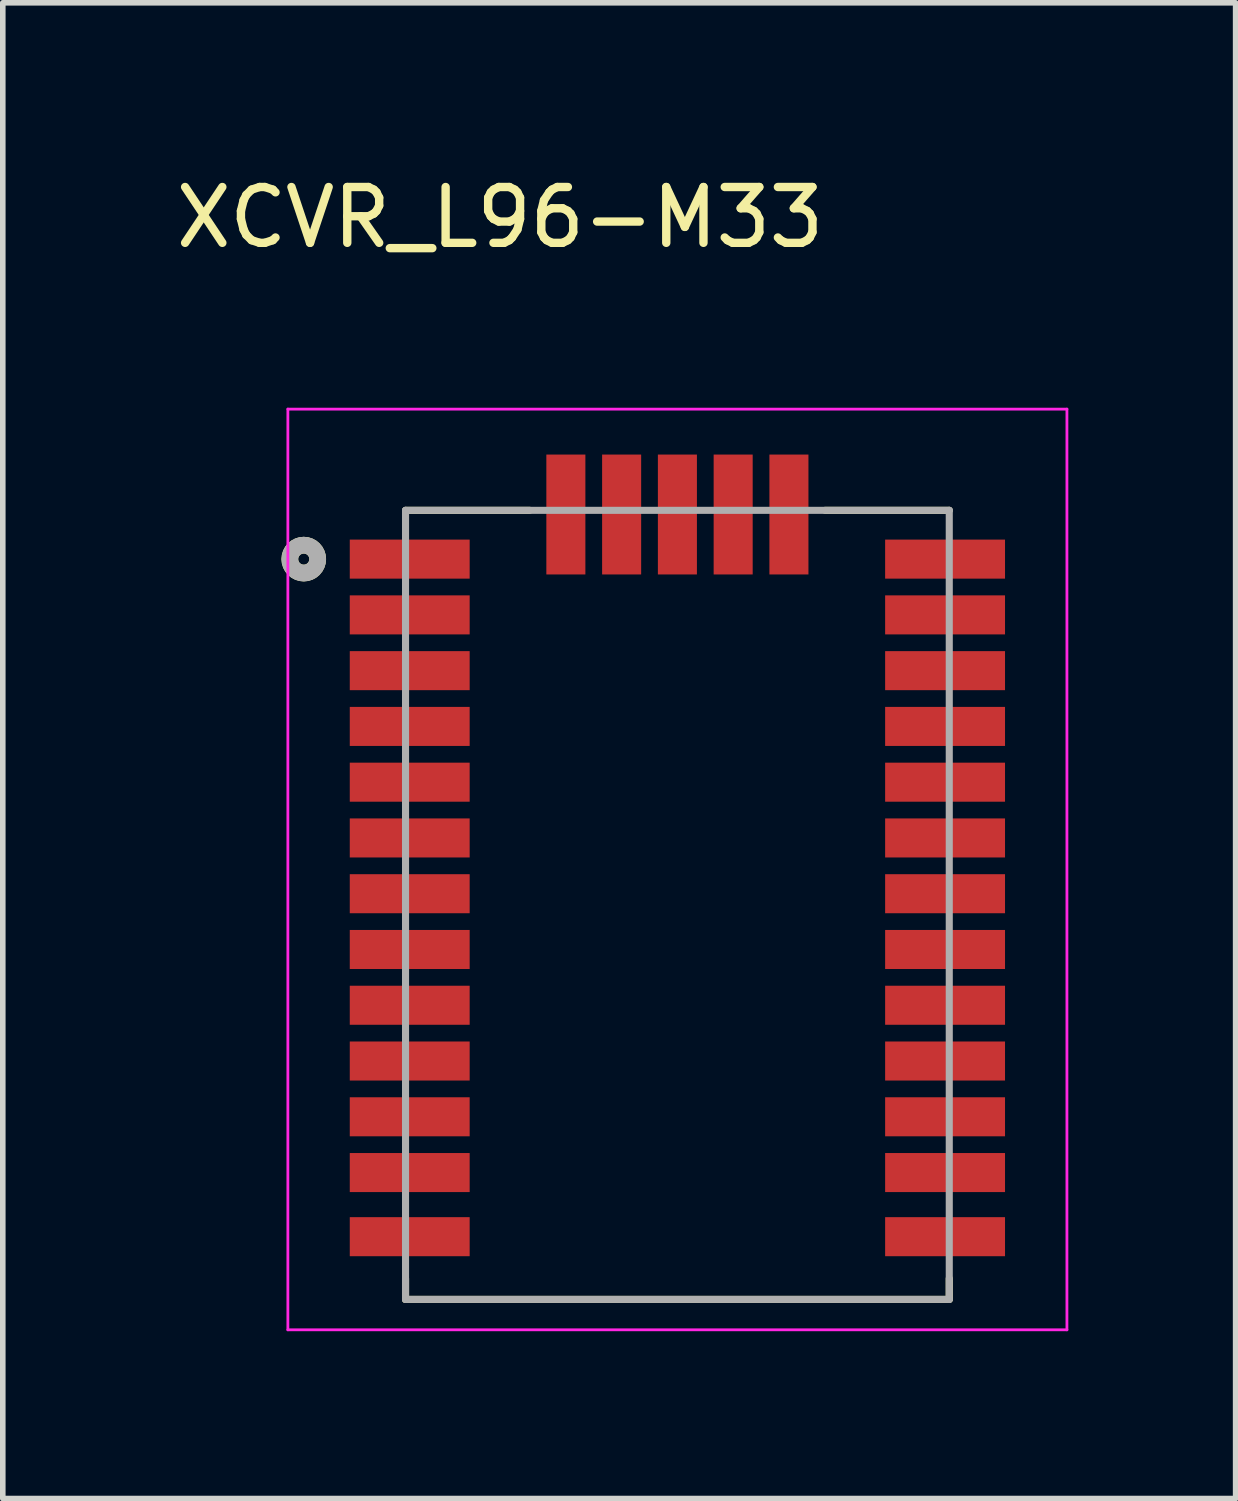
<source format=kicad_pcb>
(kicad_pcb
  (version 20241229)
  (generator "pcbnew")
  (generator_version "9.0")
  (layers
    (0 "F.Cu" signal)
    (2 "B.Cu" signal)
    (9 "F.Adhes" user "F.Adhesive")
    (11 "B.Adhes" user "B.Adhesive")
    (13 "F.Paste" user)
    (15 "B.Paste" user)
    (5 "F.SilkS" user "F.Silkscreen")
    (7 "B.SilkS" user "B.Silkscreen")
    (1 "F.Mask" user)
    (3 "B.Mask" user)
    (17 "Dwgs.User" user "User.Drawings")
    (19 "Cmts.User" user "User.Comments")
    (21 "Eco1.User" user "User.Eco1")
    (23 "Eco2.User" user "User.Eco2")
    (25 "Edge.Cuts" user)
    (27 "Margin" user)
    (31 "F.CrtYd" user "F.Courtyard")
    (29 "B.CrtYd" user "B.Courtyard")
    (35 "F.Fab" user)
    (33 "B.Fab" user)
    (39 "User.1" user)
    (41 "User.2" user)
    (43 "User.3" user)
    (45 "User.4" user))
  (footprint "XCVR_L96-M33"
    (layer "F.Cu")
    (at 9.097 13.176)
    (property "Reference" "XCVR_L96-M33" (at -3.179 -12.327 0) (layer "F.SilkS") (effects (font (size 1.001 1.001) (thickness 0.15))))
    (attr smd)
    (fp_line (start -4.875 -7.075) (end -2.65 -7.075) (stroke (width 0.127) (type solid)) (layer "F.SilkS"))
    (fp_line (start -4.875 6.7) (end -4.875 7.075) (stroke (width 0.127) (type solid)) (layer "F.SilkS"))
    (fp_line (start -4.875 7.075) (end 4.875 7.075) (stroke (width 0.127) (type solid)) (layer "F.SilkS"))
    (fp_line (start 2.65 -7.075) (end 4.875 -7.075) (stroke (width 0.127) (type solid)) (layer "F.SilkS"))
    (fp_line (start 4.875 7.075) (end 4.875 6.7) (stroke (width 0.127) (type solid)) (layer "F.SilkS"))
    (fp_circle (center -6.7 -6.2) (end -6.6 -6.2) (stroke (width 0.3) (type solid)) (fill no) (layer "F.SilkS"))
    (fp_poly (pts (xy -6.275 -6.55) (xy -3.825 -6.55) (xy -3.825 -5.85) (xy -6.275 -5.85)) (stroke (width 0.01) (type solid)) (fill yes) (layer "F.Paste"))
    (fp_poly (pts (xy -6.275 -5.55) (xy -3.825 -5.55) (xy -3.825 -4.85) (xy -6.275 -4.85)) (stroke (width 0.01) (type solid)) (fill yes) (layer "F.Paste"))
    (fp_poly (pts (xy -6.275 -4.55) (xy -3.825 -4.55) (xy -3.825 -3.85) (xy -6.275 -3.85)) (stroke (width 0.01) (type solid)) (fill yes) (layer "F.Paste"))
    (fp_poly (pts (xy -6.275 -3.55) (xy -3.825 -3.55) (xy -3.825 -2.85) (xy -6.275 -2.85)) (stroke (width 0.01) (type solid)) (fill yes) (layer "F.Paste"))
    (fp_poly (pts (xy -6.275 -2.55) (xy -3.825 -2.55) (xy -3.825 -1.85) (xy -6.275 -1.85)) (stroke (width 0.01) (type solid)) (fill yes) (layer "F.Paste"))
    (fp_poly (pts (xy -6.275 -1.55) (xy -3.825 -1.55) (xy -3.825 -0.85) (xy -6.275 -0.85)) (stroke (width 0.01) (type solid)) (fill yes) (layer "F.Paste"))
    (fp_poly (pts (xy -6.275 -0.55) (xy -3.825 -0.55) (xy -3.825 0.15) (xy -6.275 0.15)) (stroke (width 0.01) (type solid)) (fill yes) (layer "F.Paste"))
    (fp_poly (pts (xy -6.275 0.45) (xy -3.825 0.45) (xy -3.825 1.15) (xy -6.275 1.15)) (stroke (width 0.01) (type solid)) (fill yes) (layer "F.Paste"))
    (fp_poly (pts (xy -6.275 1.45) (xy -3.825 1.45) (xy -3.825 2.15) (xy -6.275 2.15)) (stroke (width 0.01) (type solid)) (fill yes) (layer "F.Paste"))
    (fp_poly (pts (xy -6.275 2.45) (xy -3.825 2.45) (xy -3.825 3.15) (xy -6.275 3.15)) (stroke (width 0.01) (type solid)) (fill yes) (layer "F.Paste"))
    (fp_poly (pts (xy -6.275 3.45) (xy -3.825 3.45) (xy -3.825 4.15) (xy -6.275 4.15)) (stroke (width 0.01) (type solid)) (fill yes) (layer "F.Paste"))
    (fp_poly (pts (xy -6.275 4.45) (xy -3.825 4.45) (xy -3.825 5.15) (xy -6.275 5.15)) (stroke (width 0.01) (type solid)) (fill yes) (layer "F.Paste"))
    (fp_poly (pts (xy -6.275 5.6) (xy -3.825 5.6) (xy -3.825 6.3) (xy -6.275 6.3)) (stroke (width 0.01) (type solid)) (fill yes) (layer "F.Paste"))
    (fp_poly (pts (xy -2.35 -8.475) (xy -1.65 -8.475) (xy -1.65 -6.025) (xy -2.35 -6.025)) (stroke (width 0.01) (type solid)) (fill yes) (layer "F.Paste"))
    (fp_poly (pts (xy -1.35 -8.475) (xy -0.65 -8.475) (xy -0.65 -6.025) (xy -1.35 -6.025)) (stroke (width 0.01) (type solid)) (fill yes) (layer "F.Paste"))
    (fp_poly (pts (xy -0.35 -8.475) (xy 0.35 -8.475) (xy 0.35 -6.025) (xy -0.35 -6.025)) (stroke (width 0.01) (type solid)) (fill yes) (layer "F.Paste"))
    (fp_poly (pts (xy 0.65 -8.475) (xy 1.35 -8.475) (xy 1.35 -6.025) (xy 0.65 -6.025)) (stroke (width 0.01) (type solid)) (fill yes) (layer "F.Paste"))
    (fp_poly (pts (xy 1.65 -8.475) (xy 2.35 -8.475) (xy 2.35 -6.025) (xy 1.65 -6.025)) (stroke (width 0.01) (type solid)) (fill yes) (layer "F.Paste"))
    (fp_poly (pts (xy 3.825 -6.55) (xy 6.275 -6.55) (xy 6.275 -5.85) (xy 3.825 -5.85)) (stroke (width 0.01) (type solid)) (fill yes) (layer "F.Paste"))
    (fp_poly (pts (xy 3.825 -5.55) (xy 6.275 -5.55) (xy 6.275 -4.85) (xy 3.825 -4.85)) (stroke (width 0.01) (type solid)) (fill yes) (layer "F.Paste"))
    (fp_poly (pts (xy 3.825 -4.55) (xy 6.275 -4.55) (xy 6.275 -3.85) (xy 3.825 -3.85)) (stroke (width 0.01) (type solid)) (fill yes) (layer "F.Paste"))
    (fp_poly (pts (xy 3.825 -3.55) (xy 6.275 -3.55) (xy 6.275 -2.85) (xy 3.825 -2.85)) (stroke (width 0.01) (type solid)) (fill yes) (layer "F.Paste"))
    (fp_poly (pts (xy 3.825 -2.55) (xy 6.275 -2.55) (xy 6.275 -1.85) (xy 3.825 -1.85)) (stroke (width 0.01) (type solid)) (fill yes) (layer "F.Paste"))
    (fp_poly (pts (xy 3.825 -1.55) (xy 6.275 -1.55) (xy 6.275 -0.85) (xy 3.825 -0.85)) (stroke (width 0.01) (type solid)) (fill yes) (layer "F.Paste"))
    (fp_poly (pts (xy 3.825 -0.55) (xy 6.275 -0.55) (xy 6.275 0.15) (xy 3.825 0.15)) (stroke (width 0.01) (type solid)) (fill yes) (layer "F.Paste"))
    (fp_poly (pts (xy 3.825 0.45) (xy 6.275 0.45) (xy 6.275 1.15) (xy 3.825 1.15)) (stroke (width 0.01) (type solid)) (fill yes) (layer "F.Paste"))
    (fp_poly (pts (xy 3.825 1.45) (xy 6.275 1.45) (xy 6.275 2.15) (xy 3.825 2.15)) (stroke (width 0.01) (type solid)) (fill yes) (layer "F.Paste"))
    (fp_poly (pts (xy 3.825 2.45) (xy 6.275 2.45) (xy 6.275 3.15) (xy 3.825 3.15)) (stroke (width 0.01) (type solid)) (fill yes) (layer "F.Paste"))
    (fp_poly (pts (xy 3.825 3.45) (xy 6.275 3.45) (xy 6.275 4.15) (xy 3.825 4.15)) (stroke (width 0.01) (type solid)) (fill yes) (layer "F.Paste"))
    (fp_poly (pts (xy 3.825 4.45) (xy 6.275 4.45) (xy 6.275 5.15) (xy 3.825 5.15)) (stroke (width 0.01) (type solid)) (fill yes) (layer "F.Paste"))
    (fp_poly (pts (xy 3.825 5.6) (xy 6.275 5.6) (xy 6.275 6.3) (xy 3.825 6.3)) (stroke (width 0.01) (type solid)) (fill yes) (layer "F.Paste"))
    (fp_line (start -6.985 -8.89) (end -6.985 7.62) (stroke (width 0.05) (type solid)) (layer "F.CrtYd"))
    (fp_line (start -6.985 7.62) (end 6.985 7.62) (stroke (width 0.05) (type solid)) (layer "F.CrtYd"))
    (fp_line (start 6.985 -8.89) (end -6.985 -8.89) (stroke (width 0.05) (type solid)) (layer "F.CrtYd"))
    (fp_line (start 6.985 7.62) (end 6.985 -8.89) (stroke (width 0.05) (type solid)) (layer "F.CrtYd"))
    (fp_line (start -4.875 -7.075) (end 4.875 -7.075) (stroke (width 0.127) (type solid)) (layer "F.Fab"))
    (fp_line (start -4.875 7.075) (end -4.875 -7.075) (stroke (width 0.127) (type solid)) (layer "F.Fab"))
    (fp_line (start 4.875 -7.075) (end 4.875 7.075) (stroke (width 0.127) (type solid)) (layer "F.Fab"))
    (fp_line (start 4.875 7.075) (end -4.875 7.075) (stroke (width 0.127) (type solid)) (layer "F.Fab"))
    (fp_circle (center -6.7 -6.2) (end -6.6 -6.2) (stroke (width 0.3) (type solid)) (fill no) (layer "F.Fab"))
    (pad "1" smd rect (at -4.8 -6.2) (size 2.15 0.7) (layers "F.Cu" "F.Mask"))
    (pad "2" smd rect (at -4.8 -5.2) (size 2.15 0.7) (layers "F.Cu" "F.Mask"))
    (pad "3" smd rect (at -4.8 -4.2) (size 2.15 0.7) (layers "F.Cu" "F.Mask"))
    (pad "4" smd rect (at -4.8 -3.2) (size 2.15 0.7) (layers "F.Cu" "F.Mask"))
    (pad "5" smd rect (at -4.8 -2.2) (size 2.15 0.7) (layers "F.Cu" "F.Mask"))
    (pad "6" smd rect (at -4.8 -1.2) (size 2.15 0.7) (layers "F.Cu" "F.Mask"))
    (pad "7" smd rect (at -4.8 -0.2) (size 2.15 0.7) (layers "F.Cu" "F.Mask"))
    (pad "8" smd rect (at -4.8 0.8) (size 2.15 0.7) (layers "F.Cu" "F.Mask"))
    (pad "9" smd rect (at -4.8 1.8) (size 2.15 0.7) (layers "F.Cu" "F.Mask"))
    (pad "10" smd rect (at -4.8 2.8) (size 2.15 0.7) (layers "F.Cu" "F.Mask"))
    (pad "11" smd rect (at -4.8 3.8) (size 2.15 0.7) (layers "F.Cu" "F.Mask"))
    (pad "12" smd rect (at -4.8 4.8) (size 2.15 0.7) (layers "F.Cu" "F.Mask"))
    (pad "13" smd rect (at -4.8 5.95) (size 2.15 0.7) (layers "F.Cu" "F.Mask"))
    (pad "14" smd rect (at 4.8 5.95) (size 2.15 0.7) (layers "F.Cu" "F.Mask"))
    (pad "15" smd rect (at 4.8 4.8) (size 2.15 0.7) (layers "F.Cu" "F.Mask"))
    (pad "16" smd rect (at 4.8 3.8) (size 2.15 0.7) (layers "F.Cu" "F.Mask"))
    (pad "17" smd rect (at 4.8 2.8) (size 2.15 0.7) (layers "F.Cu" "F.Mask"))
    (pad "18" smd rect (at 4.8 1.8) (size 2.15 0.7) (layers "F.Cu" "F.Mask"))
    (pad "19" smd rect (at 4.8 0.8) (size 2.15 0.7) (layers "F.Cu" "F.Mask"))
    (pad "20" smd rect (at 4.8 -0.2) (size 2.15 0.7) (layers "F.Cu" "F.Mask"))
    (pad "21" smd rect (at 4.8 -1.2) (size 2.15 0.7) (layers "F.Cu" "F.Mask"))
    (pad "22" smd rect (at 4.8 -2.2) (size 2.15 0.7) (layers "F.Cu" "F.Mask"))
    (pad "23" smd rect (at 4.8 -3.2) (size 2.15 0.7) (layers "F.Cu" "F.Mask"))
    (pad "24" smd rect (at 4.8 -4.2) (size 2.15 0.7) (layers "F.Cu" "F.Mask"))
    (pad "25" smd rect (at 4.8 -5.2) (size 2.15 0.7) (layers "F.Cu" "F.Mask"))
    (pad "26" smd rect (at 4.8 -6.2) (size 2.15 0.7) (layers "F.Cu" "F.Mask"))
    (pad "27" smd rect (at 2 -7 90) (size 2.15 0.7) (layers "F.Cu" "F.Mask"))
    (pad "28" smd rect (at 1 -7 90) (size 2.15 0.7) (layers "F.Cu" "F.Mask"))
    (pad "29" smd rect (at 0 -7 90) (size 2.15 0.7) (layers "F.Cu" "F.Mask"))
    (pad "30" smd rect (at -1 -7 90) (size 2.15 0.7) (layers "F.Cu" "F.Mask"))
    (pad "31" smd rect (at -2 -7 90) (size 2.15 0.7) (layers "F.Cu" "F.Mask")))
  (gr_rect
    (start -3 -3)
    (end 19.107 23.821)
    (stroke (width 0.1) (type default))
    (fill no)
    (layer "Edge.Cuts")))
</source>
